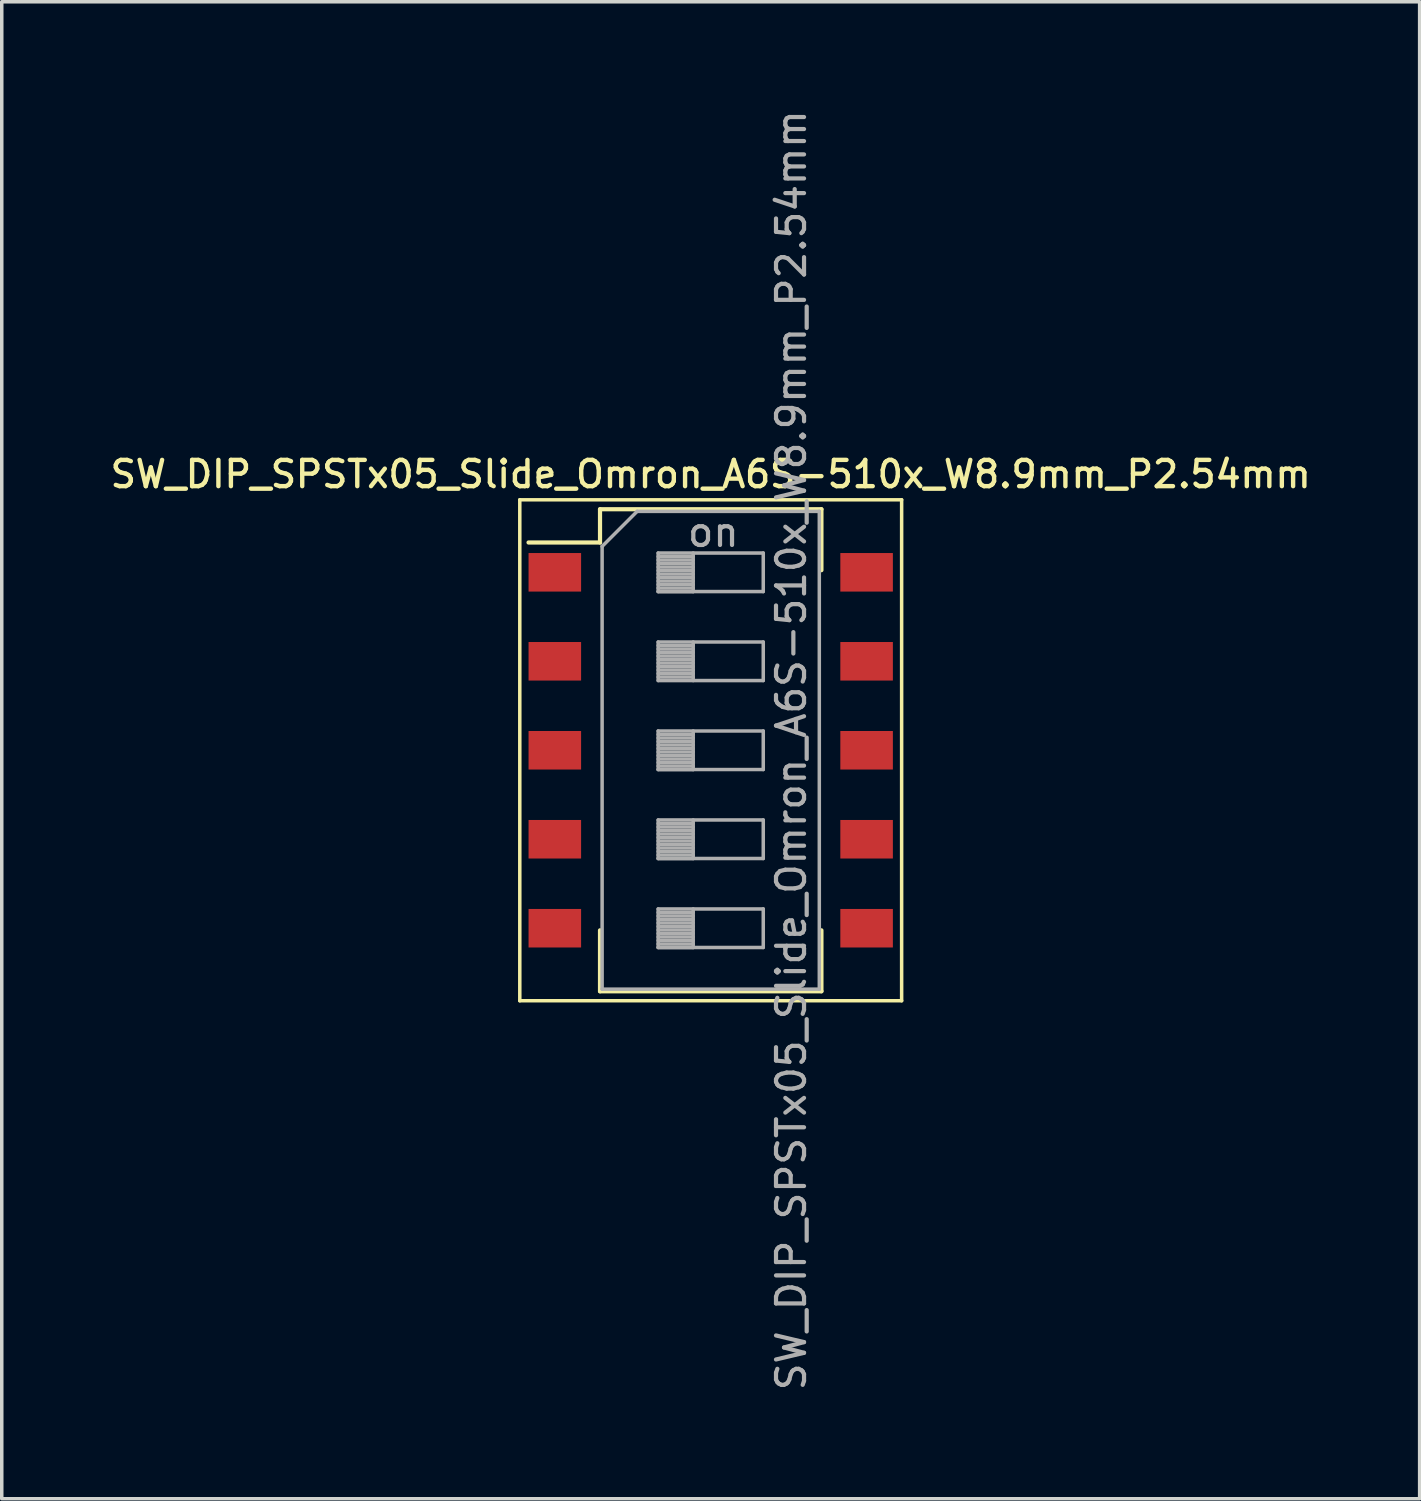
<source format=kicad_pcb>
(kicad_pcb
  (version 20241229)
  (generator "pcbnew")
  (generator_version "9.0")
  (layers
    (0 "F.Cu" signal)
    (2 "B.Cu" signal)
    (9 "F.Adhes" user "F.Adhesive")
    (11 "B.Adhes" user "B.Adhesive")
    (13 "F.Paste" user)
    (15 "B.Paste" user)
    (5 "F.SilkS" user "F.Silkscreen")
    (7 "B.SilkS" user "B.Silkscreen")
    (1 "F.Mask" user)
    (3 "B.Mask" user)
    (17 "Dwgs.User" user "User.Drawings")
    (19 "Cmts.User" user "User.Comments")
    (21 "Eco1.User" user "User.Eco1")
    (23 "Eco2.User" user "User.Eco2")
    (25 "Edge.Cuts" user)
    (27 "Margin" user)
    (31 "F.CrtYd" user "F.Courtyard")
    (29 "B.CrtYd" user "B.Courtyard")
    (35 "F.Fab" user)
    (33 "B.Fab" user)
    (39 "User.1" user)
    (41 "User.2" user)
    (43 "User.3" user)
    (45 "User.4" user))
  (footprint "SW_DIP_SPSTx05_Slide_Omron_A6S-510x_W8.9mm_P2.54mm"
    (layer "F.Cu")
    (at 17.238 18.367)
    (property "Reference" "SW_DIP_SPSTx05_Slide_Omron_A6S-510x_W8.9mm_P2.54mm" (at 0 -7.88 0) (layer "F.SilkS") (effects (font (size 0.75 0.75) (thickness 0.125))))
    (attr smd)
    (fp_line (start -5.45 -7.15) (end -5.45 7.15) (stroke (width 0.1) (type solid)) (layer "F.SilkS"))
    (fp_line (start -5.45 7.15) (end 5.45 7.15) (stroke (width 0.1) (type solid)) (layer "F.SilkS"))
    (fp_line (start -5.2 -5.931) (end -3.16 -5.931) (stroke (width 0.12) (type solid)) (layer "F.SilkS"))
    (fp_line (start -3.16 -6.88) (end -3.16 -5.931) (stroke (width 0.12) (type solid)) (layer "F.SilkS"))
    (fp_line (start -3.16 -6.88) (end 3.16 -6.88) (stroke (width 0.12) (type solid)) (layer "F.SilkS"))
    (fp_line (start -3.16 5.14) (end -3.16 6.88) (stroke (width 0.12) (type solid)) (layer "F.SilkS"))
    (fp_line (start -3.16 6.88) (end 3.16 6.88) (stroke (width 0.12) (type solid)) (layer "F.SilkS"))
    (fp_line (start 3.16 -6.88) (end 3.16 -5.141) (stroke (width 0.12) (type solid)) (layer "F.SilkS"))
    (fp_line (start 3.16 5.14) (end 3.16 6.88) (stroke (width 0.12) (type solid)) (layer "F.SilkS"))
    (fp_line (start 5.45 -7.15) (end -5.45 -7.15) (stroke (width 0.1) (type solid)) (layer "F.SilkS"))
    (fp_line (start 5.45 7.15) (end 5.45 -7.15) (stroke (width 0.1) (type solid)) (layer "F.SilkS"))
    (fp_line (start -3.1 -5.82) (end -2.1 -6.82) (stroke (width 0.1) (type solid)) (layer "F.Fab"))
    (fp_line (start -3.1 6.82) (end -3.1 -5.82) (stroke (width 0.1) (type solid)) (layer "F.Fab"))
    (fp_line (start -2.1 -6.82) (end 3.1 -6.82) (stroke (width 0.1) (type solid)) (layer "F.Fab"))
    (fp_line (start -1.5 -5.63) (end -1.5 -4.53) (stroke (width 0.1) (type solid)) (layer "F.Fab"))
    (fp_line (start -1.5 -5.53) (end -0.5 -5.53) (stroke (width 0.1) (type solid)) (layer "F.Fab"))
    (fp_line (start -1.5 -5.43) (end -0.5 -5.43) (stroke (width 0.1) (type solid)) (layer "F.Fab"))
    (fp_line (start -1.5 -5.33) (end -0.5 -5.33) (stroke (width 0.1) (type solid)) (layer "F.Fab"))
    (fp_line (start -1.5 -5.23) (end -0.5 -5.23) (stroke (width 0.1) (type solid)) (layer "F.Fab"))
    (fp_line (start -1.5 -5.13) (end -0.5 -5.13) (stroke (width 0.1) (type solid)) (layer "F.Fab"))
    (fp_line (start -1.5 -5.03) (end -0.5 -5.03) (stroke (width 0.1) (type solid)) (layer "F.Fab"))
    (fp_line (start -1.5 -4.93) (end -0.5 -4.93) (stroke (width 0.1) (type solid)) (layer "F.Fab"))
    (fp_line (start -1.5 -4.83) (end -0.5 -4.83) (stroke (width 0.1) (type solid)) (layer "F.Fab"))
    (fp_line (start -1.5 -4.73) (end -0.5 -4.73) (stroke (width 0.1) (type solid)) (layer "F.Fab"))
    (fp_line (start -1.5 -4.63) (end -0.5 -4.63) (stroke (width 0.1) (type solid)) (layer "F.Fab"))
    (fp_line (start -1.5 -4.53) (end -0.5 -4.53) (stroke (width 0.1) (type solid)) (layer "F.Fab"))
    (fp_line (start -1.5 -4.53) (end 1.5 -4.53) (stroke (width 0.1) (type solid)) (layer "F.Fab"))
    (fp_line (start -1.5 -3.09) (end -1.5 -1.99) (stroke (width 0.1) (type solid)) (layer "F.Fab"))
    (fp_line (start -1.5 -2.99) (end -0.5 -2.99) (stroke (width 0.1) (type solid)) (layer "F.Fab"))
    (fp_line (start -1.5 -2.89) (end -0.5 -2.89) (stroke (width 0.1) (type solid)) (layer "F.Fab"))
    (fp_line (start -1.5 -2.79) (end -0.5 -2.79) (stroke (width 0.1) (type solid)) (layer "F.Fab"))
    (fp_line (start -1.5 -2.69) (end -0.5 -2.69) (stroke (width 0.1) (type solid)) (layer "F.Fab"))
    (fp_line (start -1.5 -2.59) (end -0.5 -2.59) (stroke (width 0.1) (type solid)) (layer "F.Fab"))
    (fp_line (start -1.5 -2.49) (end -0.5 -2.49) (stroke (width 0.1) (type solid)) (layer "F.Fab"))
    (fp_line (start -1.5 -2.39) (end -0.5 -2.39) (stroke (width 0.1) (type solid)) (layer "F.Fab"))
    (fp_line (start -1.5 -2.29) (end -0.5 -2.29) (stroke (width 0.1) (type solid)) (layer "F.Fab"))
    (fp_line (start -1.5 -2.19) (end -0.5 -2.19) (stroke (width 0.1) (type solid)) (layer "F.Fab"))
    (fp_line (start -1.5 -2.09) (end -0.5 -2.09) (stroke (width 0.1) (type solid)) (layer "F.Fab"))
    (fp_line (start -1.5 -1.99) (end 1.5 -1.99) (stroke (width 0.1) (type solid)) (layer "F.Fab"))
    (fp_line (start -1.5 -0.55) (end -1.5 0.55) (stroke (width 0.1) (type solid)) (layer "F.Fab"))
    (fp_line (start -1.5 -0.45) (end -0.5 -0.45) (stroke (width 0.1) (type solid)) (layer "F.Fab"))
    (fp_line (start -1.5 -0.35) (end -0.5 -0.35) (stroke (width 0.1) (type solid)) (layer "F.Fab"))
    (fp_line (start -1.5 -0.25) (end -0.5 -0.25) (stroke (width 0.1) (type solid)) (layer "F.Fab"))
    (fp_line (start -1.5 -0.15) (end -0.5 -0.15) (stroke (width 0.1) (type solid)) (layer "F.Fab"))
    (fp_line (start -1.5 -0.05) (end -0.5 -0.05) (stroke (width 0.1) (type solid)) (layer "F.Fab"))
    (fp_line (start -1.5 0.05) (end -0.5 0.05) (stroke (width 0.1) (type solid)) (layer "F.Fab"))
    (fp_line (start -1.5 0.15) (end -0.5 0.15) (stroke (width 0.1) (type solid)) (layer "F.Fab"))
    (fp_line (start -1.5 0.25) (end -0.5 0.25) (stroke (width 0.1) (type solid)) (layer "F.Fab"))
    (fp_line (start -1.5 0.35) (end -0.5 0.35) (stroke (width 0.1) (type solid)) (layer "F.Fab"))
    (fp_line (start -1.5 0.45) (end -0.5 0.45) (stroke (width 0.1) (type solid)) (layer "F.Fab"))
    (fp_line (start -1.5 0.55) (end -0.5 0.55) (stroke (width 0.1) (type solid)) (layer "F.Fab"))
    (fp_line (start -1.5 0.55) (end 1.5 0.55) (stroke (width 0.1) (type solid)) (layer "F.Fab"))
    (fp_line (start -1.5 1.99) (end -1.5 3.09) (stroke (width 0.1) (type solid)) (layer "F.Fab"))
    (fp_line (start -1.5 2.09) (end -0.5 2.09) (stroke (width 0.1) (type solid)) (layer "F.Fab"))
    (fp_line (start -1.5 2.19) (end -0.5 2.19) (stroke (width 0.1) (type solid)) (layer "F.Fab"))
    (fp_line (start -1.5 2.29) (end -0.5 2.29) (stroke (width 0.1) (type solid)) (layer "F.Fab"))
    (fp_line (start -1.5 2.39) (end -0.5 2.39) (stroke (width 0.1) (type solid)) (layer "F.Fab"))
    (fp_line (start -1.5 2.49) (end -0.5 2.49) (stroke (width 0.1) (type solid)) (layer "F.Fab"))
    (fp_line (start -1.5 2.59) (end -0.5 2.59) (stroke (width 0.1) (type solid)) (layer "F.Fab"))
    (fp_line (start -1.5 2.69) (end -0.5 2.69) (stroke (width 0.1) (type solid)) (layer "F.Fab"))
    (fp_line (start -1.5 2.79) (end -0.5 2.79) (stroke (width 0.1) (type solid)) (layer "F.Fab"))
    (fp_line (start -1.5 2.89) (end -0.5 2.89) (stroke (width 0.1) (type solid)) (layer "F.Fab"))
    (fp_line (start -1.5 2.99) (end -0.5 2.99) (stroke (width 0.1) (type solid)) (layer "F.Fab"))
    (fp_line (start -1.5 3.09) (end -0.5 3.09) (stroke (width 0.1) (type solid)) (layer "F.Fab"))
    (fp_line (start -1.5 3.09) (end 1.5 3.09) (stroke (width 0.1) (type solid)) (layer "F.Fab"))
    (fp_line (start -1.5 4.53) (end -1.5 5.63) (stroke (width 0.1) (type solid)) (layer "F.Fab"))
    (fp_line (start -1.5 4.63) (end -0.5 4.63) (stroke (width 0.1) (type solid)) (layer "F.Fab"))
    (fp_line (start -1.5 4.73) (end -0.5 4.73) (stroke (width 0.1) (type solid)) (layer "F.Fab"))
    (fp_line (start -1.5 4.83) (end -0.5 4.83) (stroke (width 0.1) (type solid)) (layer "F.Fab"))
    (fp_line (start -1.5 4.93) (end -0.5 4.93) (stroke (width 0.1) (type solid)) (layer "F.Fab"))
    (fp_line (start -1.5 5.03) (end -0.5 5.03) (stroke (width 0.1) (type solid)) (layer "F.Fab"))
    (fp_line (start -1.5 5.13) (end -0.5 5.13) (stroke (width 0.1) (type solid)) (layer "F.Fab"))
    (fp_line (start -1.5 5.23) (end -0.5 5.23) (stroke (width 0.1) (type solid)) (layer "F.Fab"))
    (fp_line (start -1.5 5.33) (end -0.5 5.33) (stroke (width 0.1) (type solid)) (layer "F.Fab"))
    (fp_line (start -1.5 5.43) (end -0.5 5.43) (stroke (width 0.1) (type solid)) (layer "F.Fab"))
    (fp_line (start -1.5 5.53) (end -0.5 5.53) (stroke (width 0.1) (type solid)) (layer "F.Fab"))
    (fp_line (start -1.5 5.63) (end -0.5 5.63) (stroke (width 0.1) (type solid)) (layer "F.Fab"))
    (fp_line (start -1.5 5.63) (end 1.5 5.63) (stroke (width 0.1) (type solid)) (layer "F.Fab"))
    (fp_line (start -0.5 -5.63) (end -0.5 -4.53) (stroke (width 0.1) (type solid)) (layer "F.Fab"))
    (fp_line (start -0.5 -3.09) (end -0.5 -1.99) (stroke (width 0.1) (type solid)) (layer "F.Fab"))
    (fp_line (start -0.5 -0.55) (end -0.5 0.55) (stroke (width 0.1) (type solid)) (layer "F.Fab"))
    (fp_line (start -0.5 1.99) (end -0.5 3.09) (stroke (width 0.1) (type solid)) (layer "F.Fab"))
    (fp_line (start -0.5 4.53) (end -0.5 5.63) (stroke (width 0.1) (type solid)) (layer "F.Fab"))
    (fp_line (start 1.5 -5.63) (end -1.5 -5.63) (stroke (width 0.1) (type solid)) (layer "F.Fab"))
    (fp_line (start 1.5 -4.53) (end 1.5 -5.63) (stroke (width 0.1) (type solid)) (layer "F.Fab"))
    (fp_line (start 1.5 -3.09) (end -1.5 -3.09) (stroke (width 0.1) (type solid)) (layer "F.Fab"))
    (fp_line (start 1.5 -1.99) (end 1.5 -3.09) (stroke (width 0.1) (type solid)) (layer "F.Fab"))
    (fp_line (start 1.5 -0.55) (end -1.5 -0.55) (stroke (width 0.1) (type solid)) (layer "F.Fab"))
    (fp_line (start 1.5 0.55) (end 1.5 -0.55) (stroke (width 0.1) (type solid)) (layer "F.Fab"))
    (fp_line (start 1.5 1.99) (end -1.5 1.99) (stroke (width 0.1) (type solid)) (layer "F.Fab"))
    (fp_line (start 1.5 3.09) (end 1.5 1.99) (stroke (width 0.1) (type solid)) (layer "F.Fab"))
    (fp_line (start 1.5 4.53) (end -1.5 4.53) (stroke (width 0.1) (type solid)) (layer "F.Fab"))
    (fp_line (start 1.5 5.63) (end 1.5 4.53) (stroke (width 0.1) (type solid)) (layer "F.Fab"))
    (fp_line (start 3.1 -6.82) (end 3.1 6.82) (stroke (width 0.1) (type solid)) (layer "F.Fab"))
    (fp_line (start 3.1 6.82) (end -3.1 6.82) (stroke (width 0.1) (type solid)) (layer "F.Fab"))
    (fp_text user "${REFERENCE}" (at 2.3 0 90) (layer "F.Fab") (effects (font (size 0.8 0.8) (thickness 0.12))))
    (fp_text user "on" (at 0.075 -6.225 0) (layer "F.Fab") (effects (font (size 0.8 0.8) (thickness 0.12))))
    (pad "1" smd rect (at -4.45 -5.08) (size 1.5 1.1) (layers "F.Cu" "F.Mask" "F.Paste"))
    (pad "2" smd rect (at -4.45 -2.54) (size 1.5 1.1) (layers "F.Cu" "F.Mask" "F.Paste"))
    (pad "3" smd rect (at -4.45 0) (size 1.5 1.1) (layers "F.Cu" "F.Mask" "F.Paste"))
    (pad "4" smd rect (at -4.45 2.54) (size 1.5 1.1) (layers "F.Cu" "F.Mask" "F.Paste"))
    (pad "5" smd rect (at -4.45 5.08) (size 1.5 1.1) (layers "F.Cu" "F.Mask" "F.Paste"))
    (pad "6" smd rect (at 4.45 5.08) (size 1.5 1.1) (layers "F.Cu" "F.Mask" "F.Paste"))
    (pad "7" smd rect (at 4.45 2.54) (size 1.5 1.1) (layers "F.Cu" "F.Mask" "F.Paste"))
    (pad "8" smd rect (at 4.45 0) (size 1.5 1.1) (layers "F.Cu" "F.Mask" "F.Paste"))
    (pad "9" smd rect (at 4.45 -2.54) (size 1.5 1.1) (layers "F.Cu" "F.Mask" "F.Paste"))
    (pad "10" smd rect (at 4.45 -5.08) (size 1.5 1.1) (layers "F.Cu" "F.Mask" "F.Paste")))
  (gr_rect
    (start -3 -3)
    (end 37.475 39.733)
    (stroke (width 0.1) (type default))
    (fill no)
    (layer "Edge.Cuts")))
</source>
